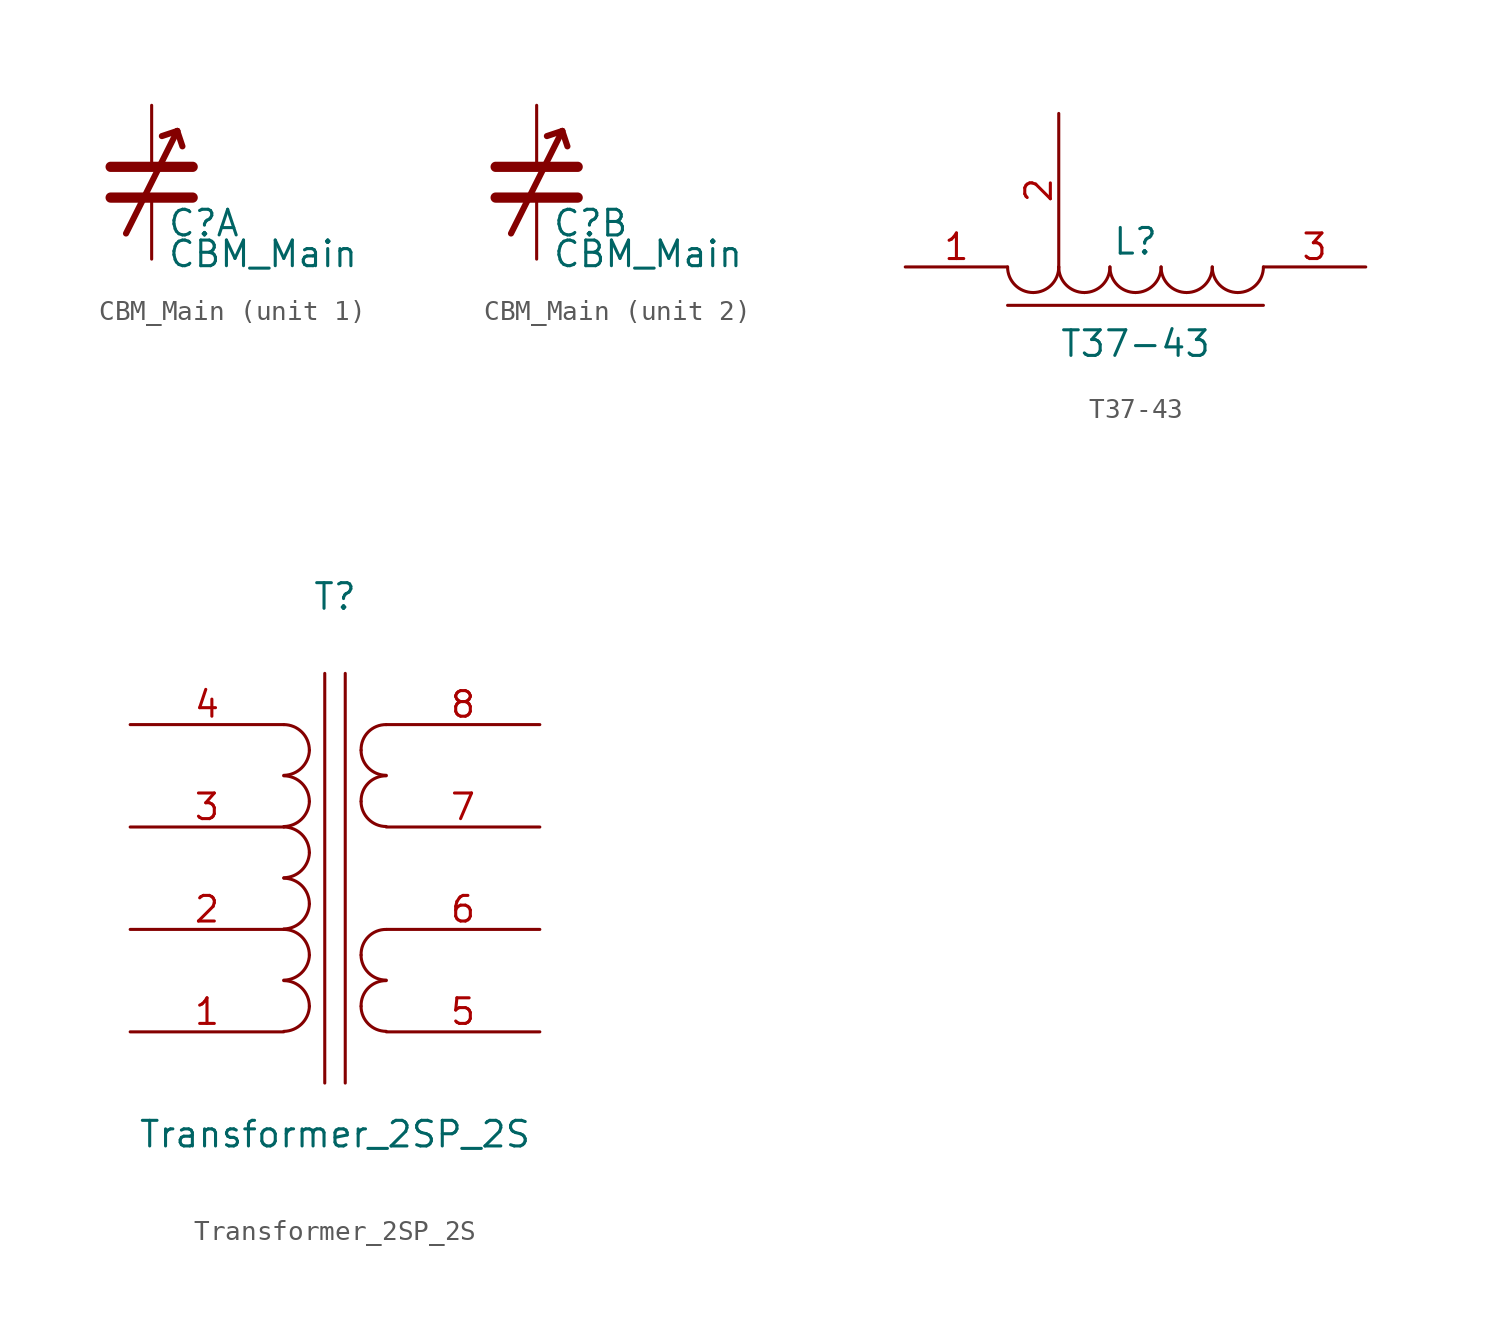
<source format=kicad_sym>
(kicad_symbol_lib
  (version 20220914)
  (generator kicad_symbol_editor)
  (symbol "CBM_Main"
    (pin_numbers hide)
    (pin_names hide)
    (property "Reference" "C"
      (at 0.762 -2.032 0)
      (effects (font (size 1.27 1.27)) (justify left)))
    (property "Value" "CBM_Main"
      (at 0.762 -3.556 0)
      (effects (font (size 1.27 1.27)) (justify left)))
    (symbol "CBM_Main_0_1"
      (polyline (pts (xy -2.032 -0.762) (xy 2.032 -0.762)) (stroke (width 0.508) (type default)) (fill (type none)))
      (polyline (pts (xy -2.032 0.762) (xy 2.032 0.762)) (stroke (width 0.508) (type default)) (fill (type none)))
      (polyline (pts (xy 1.27 2.54) (xy -1.27 -2.54)) (stroke (width 0.305) (type default)) (fill (type none)))
      (polyline (pts (xy 1.27 2.54) (xy 0.508 2.286)) (stroke (width 0.305) (type default)) (fill (type none)))
      (polyline (pts (xy 1.27 2.54) (xy 1.524 1.778)) (stroke (width 0.305) (type default)) (fill (type none))))
    (symbol "CBM_Main_1_1"
      (pin passive line (at 0 -3.81 90) (length 3.048) (name "~" (effects (font (size 1.27 1.27)))) (number "1" (effects (font (size 1.27 1.27)))))
      (pin passive line (at 0 3.81 270) (length 3.048) (name "~" (effects (font (size 1.27 1.27)))) (number "2" (effects (font (size 1.27 1.27))))))
    (symbol "CBM_Main_2_1"
      (pin passive line (at 0 -3.81 90) (length 3.048) (name "~" (effects (font (size 1.27 1.27)))) (number "1" (effects (font (size 1.27 1.27)))))
      (pin passive line (at 0 3.81 270) (length 3.048) (name "~" (effects (font (size 1.27 1.27)))) (number "3" (effects (font (size 1.27 1.27)))))))
  (symbol "T37-43"
    (pin_names hide)
    (property "Reference" "L"
      (at 0 1.27 0)
      (effects (font (size 1.27 1.27))))
    (property "Value" "T37-43"
      (at 0 -3.81 0)
      (effects (font (size 1.27 1.27))))
    (symbol "T37-43_0_1"
      (arc (start -6.35 0) (mid -5.978 -0.898) (end -5.08 -1.27) (stroke (width 0) (type default)) (fill (type none)))
      (arc (start -5.08 -1.27) (mid -4.182 -0.898) (end -3.81 0) (stroke (width 0) (type default)) (fill (type none)))
      (arc (start -3.81 0) (mid -3.438 -0.898) (end -2.54 -1.27) (stroke (width 0) (type default)) (fill (type none)))
      (arc (start -2.54 -1.27) (mid -2.54 -1.27) (end -2.54 -1.27) (stroke (width 0) (type default)) (fill (type none)))
      (arc (start -2.54 -1.27) (mid -1.642 -0.898) (end -1.27 0) (stroke (width 0) (type default)) (fill (type none)))
      (arc (start -1.27 0) (mid -0.898 -0.898) (end 0 -1.27) (stroke (width 0) (type default)) (fill (type none)))
      (arc (start 0 -1.27) (mid 0.898 -0.898) (end 1.27 0) (stroke (width 0) (type default)) (fill (type none)))
      (polyline (pts (xy -6.35 -1.905) (xy 6.35 -1.905)) (stroke (width 0) (type default)) (fill (type none)))
      (arc (start 1.27 0) (mid 1.642 -0.898) (end 2.54 -1.27) (stroke (width 0) (type default)) (fill (type none)))
      (arc (start 2.54 -1.27) (mid 3.438 -0.898) (end 3.81 0) (stroke (width 0) (type default)) (fill (type none)))
      (arc (start 3.81 0) (mid 4.182 -0.898) (end 5.08 -1.27) (stroke (width 0) (type default)) (fill (type none)))
      (arc (start 5.08 -1.27) (mid 5.978 -0.898) (end 6.35 0) (stroke (width 0) (type default)) (fill (type none))))
    (symbol "T37-43_1_1"
      (pin passive line (at -11.43 0 0) (length 5.08) (name "1" (effects (font (size 1.27 1.27)))) (number "1" (effects (font (size 1.27 1.27)))))
      (pin passive line (at -3.81 7.62 270) (length 7.62) (name "2" (effects (font (size 1.27 1.27)))) (number "2" (effects (font (size 1.27 1.27)))))
      (pin passive line (at 11.43 0 180) (length 5.08) (name "3" (effects (font (size 1.27 1.27)))) (number "3" (effects (font (size 1.27 1.27)))))))
  (symbol "Transformer_2SP_2S"
    (pin_names hide)
    (property "Reference" "T"
      (at 0 13.97 0)
      (effects (font (size 1.27 1.27))))
    (property "Value" "Transformer_2SP_2S"
      (at 0 -12.7 0)
      (effects (font (size 1.27 1.27))))
    (symbol "Transformer_2SP_2S_0_1"
      (arc (start -2.54 -7.5946) (mid -1.6561 -7.2263) (end -1.27 -6.35) (stroke (width 0) (type default)) (fill (type none)))
      (arc (start -2.54 -5.0546) (mid -1.6561 -4.6863) (end -1.27 -3.81) (stroke (width 0) (type default)) (fill (type none)))
      (arc (start -2.54 -2.5146) (mid -1.6561 -2.1463) (end -1.27 -1.27) (stroke (width 0) (type default)) (fill (type none)))
      (arc (start -2.54 0.0254) (mid -1.6561 0.3937) (end -1.27 1.27) (stroke (width 0) (type default)) (fill (type none)))
      (arc (start -2.54 2.5654) (mid -1.6561 2.9337) (end -1.27 3.81) (stroke (width 0) (type default)) (fill (type none)))
      (arc (start -2.54 5.1054) (mid -1.6561 5.4737) (end -1.27 6.35) (stroke (width 0) (type default)) (fill (type none)))
      (arc (start -1.27 -6.35) (mid -1.642 -5.452) (end -2.54 -5.08) (stroke (width 0) (type default)) (fill (type none)))
      (arc (start -1.27 -3.81) (mid -1.642 -2.912) (end -2.54 -2.54) (stroke (width 0) (type default)) (fill (type none)))
      (arc (start -1.27 -1.27) (mid -1.642 -0.372) (end -2.54 0) (stroke (width 0) (type default)) (fill (type none)))
      (arc (start -1.27 1.27) (mid -1.642 2.168) (end -2.54 2.54) (stroke (width 0) (type default)) (fill (type none)))
      (arc (start -1.27 3.81) (mid -1.642 4.708) (end -2.54 5.08) (stroke (width 0) (type default)) (fill (type none)))
      (arc (start -1.27 6.35) (mid -1.642 7.248) (end -2.54 7.62) (stroke (width 0) (type default)) (fill (type none)))
      (polyline (pts (xy -0.508 -10.16) (xy -0.508 10.16)) (stroke (width 0) (type default)) (fill (type none)))
      (polyline (pts (xy 0.508 10.16) (xy 0.508 -10.16)) (stroke (width 0) (type default)) (fill (type none)))
      (arc (start 1.2954 -6.35) (mid 1.6599 -7.2301) (end 2.54 -7.5946) (stroke (width 0) (type default)) (fill (type none)))
      (arc (start 1.2954 -3.81) (mid 1.6599 -4.6901) (end 2.54 -5.0546) (stroke (width 0) (type default)) (fill (type none)))
      (arc (start 1.2954 3.81) (mid 1.6599 2.9299) (end 2.54 2.5654) (stroke (width 0) (type default)) (fill (type none)))
      (arc (start 1.2954 6.35) (mid 1.6599 5.4699) (end 2.54 5.1054) (stroke (width 0) (type default)) (fill (type none)))
      (arc (start 2.54 -5.08) (mid 1.642 -5.452) (end 1.2954 -6.35) (stroke (width 0) (type default)) (fill (type none)))
      (arc (start 2.54 -2.54) (mid 1.642 -2.912) (end 1.2954 -3.81) (stroke (width 0) (type default)) (fill (type none)))
      (arc (start 2.54 5.08) (mid 1.642 4.708) (end 1.2954 3.81) (stroke (width 0) (type default)) (fill (type none)))
      (arc (start 2.54 7.62) (mid 1.642 7.248) (end 1.2954 6.35) (stroke (width 0) (type default)) (fill (type none))))
    (symbol "Transformer_2SP_2S_1_1"
      (pin passive line (at -10.16 -7.62 0) (length 7.62) (name "A1" (effects (font (size 1.27 1.27)))) (number "1" (effects (font (size 1.27 1.27)))))
      (pin passive line (at -10.16 -2.54 0) (length 7.62) (name "A2" (effects (font (size 1.27 1.27)))) (number "2" (effects (font (size 1.27 1.27)))))
      (pin passive line (at -10.16 2.54 0) (length 7.62) (name "A3" (effects (font (size 1.27 1.27)))) (number "3" (effects (font (size 1.27 1.27)))))
      (pin passive line (at -10.16 7.62 0) (length 7.62) (name "A4" (effects (font (size 1.27 1.27)))) (number "4" (effects (font (size 1.27 1.27)))))
      (pin passive line (at 10.16 -7.62 180) (length 7.62) (name "B1" (effects (font (size 1.27 1.27)))) (number "5" (effects (font (size 1.27 1.27)))))
      (pin passive line (at 10.16 -2.54 180) (length 7.62) (name "B2" (effects (font (size 1.27 1.27)))) (number "6" (effects (font (size 1.27 1.27)))))
      (pin passive line (at 10.16 2.54 180) (length 7.62) (name "C1" (effects (font (size 1.27 1.27)))) (number "7" (effects (font (size 1.27 1.27)))))
      (pin passive line (at 10.16 7.62 180) (length 7.62) (name "C2" (effects (font (size 1.27 1.27)))) (number "8" (effects (font (size 1.27 1.27))))))))
</source>
